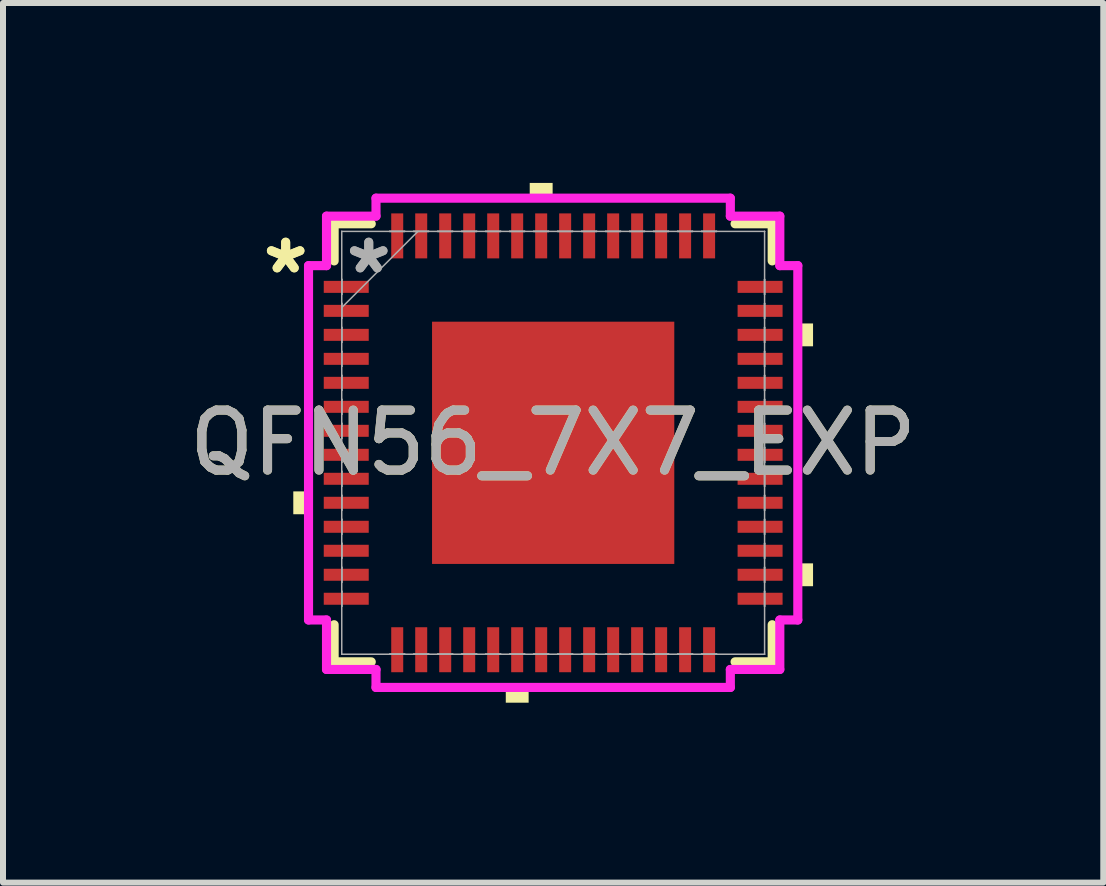
<source format=kicad_pcb>
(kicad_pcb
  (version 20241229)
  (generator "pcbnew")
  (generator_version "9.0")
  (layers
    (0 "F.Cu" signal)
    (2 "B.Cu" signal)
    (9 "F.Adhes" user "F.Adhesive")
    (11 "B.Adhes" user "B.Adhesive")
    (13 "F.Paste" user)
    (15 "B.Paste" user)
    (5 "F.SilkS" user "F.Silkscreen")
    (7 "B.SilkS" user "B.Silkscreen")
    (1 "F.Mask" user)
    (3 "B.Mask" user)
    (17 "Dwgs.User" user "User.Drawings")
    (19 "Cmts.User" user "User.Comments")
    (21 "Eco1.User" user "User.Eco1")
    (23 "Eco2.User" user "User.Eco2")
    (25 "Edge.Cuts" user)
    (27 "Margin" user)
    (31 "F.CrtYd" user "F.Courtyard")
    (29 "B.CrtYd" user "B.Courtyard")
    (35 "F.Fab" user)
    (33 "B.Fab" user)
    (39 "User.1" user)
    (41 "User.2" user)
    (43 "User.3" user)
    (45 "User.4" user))
  (footprint "QFN56_7X7_EXP"
    (layer "F.Cu")
    (at 6.173 4.333)
    (property "Reference" "QFN56_7X7_EXP" (at 0 0 0) (unlocked yes) (layer "F.SilkS") (effects (font (size 1 1) (thickness 0.15))))
    (attr smd)
    (fp_line (start -3.652 -3.652) (end -3.652 -3.033) (stroke (width 0.152) (type solid)) (layer "F.SilkS"))
    (fp_line (start -3.652 3.033) (end -3.652 3.652) (stroke (width 0.152) (type solid)) (layer "F.SilkS"))
    (fp_line (start -3.652 3.652) (end -3.033 3.652) (stroke (width 0.152) (type solid)) (layer "F.SilkS"))
    (fp_line (start -3.033 -3.652) (end -3.652 -3.652) (stroke (width 0.152) (type solid)) (layer "F.SilkS"))
    (fp_line (start 3.033 3.652) (end 3.652 3.652) (stroke (width 0.152) (type solid)) (layer "F.SilkS"))
    (fp_line (start 3.652 -3.652) (end 3.033 -3.652) (stroke (width 0.152) (type solid)) (layer "F.SilkS"))
    (fp_line (start 3.652 -3.033) (end 3.652 -3.652) (stroke (width 0.152) (type solid)) (layer "F.SilkS"))
    (fp_line (start 3.652 3.652) (end 3.652 3.033) (stroke (width 0.152) (type solid)) (layer "F.SilkS"))
    (fp_poly (pts (xy -4.333 0.81) (xy -4.333 1.191) (xy -4.079 1.191) (xy -4.079 0.81)) (stroke (width 0) (type solid)) (fill yes) (layer "F.SilkS"))
    (fp_poly (pts (xy -0.79 4.079) (xy -0.79 4.333) (xy -0.409 4.333) (xy -0.409 4.079)) (stroke (width 0) (type solid)) (fill yes) (layer "F.SilkS"))
    (fp_poly (pts (xy -0.391 -4.079) (xy -0.391 -4.333) (xy -0.009 -4.333) (xy -0.009 -4.079)) (stroke (width 0) (type solid)) (fill yes) (layer "F.SilkS"))
    (fp_poly (pts (xy 4.333 -1.99) (xy 4.333 -1.609) (xy 4.079 -1.609) (xy 4.079 -1.99)) (stroke (width 0) (type solid)) (fill yes) (layer "F.SilkS"))
    (fp_poly (pts (xy 4.333 2.01) (xy 4.333 2.391) (xy 4.079 2.391) (xy 4.079 2.01)) (stroke (width 0) (type solid)) (fill yes) (layer "F.SilkS"))
    (fp_poly (pts (xy -1.919 -1.919) (xy -1.919 -0.773) (xy -0.773 -0.773) (xy -0.773 -1.919)) (stroke (width 0) (type solid)) (fill yes) (layer "F.Paste"))
    (fp_poly (pts (xy -1.919 -0.573) (xy -1.919 0.573) (xy -0.773 0.573) (xy -0.773 -0.573)) (stroke (width 0) (type solid)) (fill yes) (layer "F.Paste"))
    (fp_poly (pts (xy -1.919 0.773) (xy -1.919 1.919) (xy -0.773 1.919) (xy -0.773 0.773)) (stroke (width 0) (type solid)) (fill yes) (layer "F.Paste"))
    (fp_poly (pts (xy -0.573 -1.919) (xy -0.573 -0.773) (xy 0.573 -0.773) (xy 0.573 -1.919)) (stroke (width 0) (type solid)) (fill yes) (layer "F.Paste"))
    (fp_poly (pts (xy -0.573 -0.573) (xy -0.573 0.573) (xy 0.573 0.573) (xy 0.573 -0.573)) (stroke (width 0) (type solid)) (fill yes) (layer "F.Paste"))
    (fp_poly (pts (xy -0.573 0.773) (xy -0.573 1.919) (xy 0.573 1.919) (xy 0.573 0.773)) (stroke (width 0) (type solid)) (fill yes) (layer "F.Paste"))
    (fp_poly (pts (xy 0.773 -1.919) (xy 0.773 -0.773) (xy 1.919 -0.773) (xy 1.919 -1.919)) (stroke (width 0) (type solid)) (fill yes) (layer "F.Paste"))
    (fp_poly (pts (xy 0.773 -0.573) (xy 0.773 0.573) (xy 1.919 0.573) (xy 1.919 -0.573)) (stroke (width 0) (type solid)) (fill yes) (layer "F.Paste"))
    (fp_poly (pts (xy 0.773 0.773) (xy 0.773 1.919) (xy 1.919 1.919) (xy 1.919 0.773)) (stroke (width 0) (type solid)) (fill yes) (layer "F.Paste"))
    (fp_line (start -4.079 -2.954) (end -3.779 -2.954) (stroke (width 0.152) (type solid)) (layer "F.CrtYd"))
    (fp_line (start -4.079 2.954) (end -4.079 -2.954) (stroke (width 0.152) (type solid)) (layer "F.CrtYd"))
    (fp_line (start -3.779 -3.779) (end -2.954 -3.779) (stroke (width 0.152) (type solid)) (layer "F.CrtYd"))
    (fp_line (start -3.779 -2.954) (end -3.779 -3.779) (stroke (width 0.152) (type solid)) (layer "F.CrtYd"))
    (fp_line (start -3.779 2.954) (end -4.079 2.954) (stroke (width 0.152) (type solid)) (layer "F.CrtYd"))
    (fp_line (start -3.779 3.779) (end -3.779 2.954) (stroke (width 0.152) (type solid)) (layer "F.CrtYd"))
    (fp_line (start -2.954 -4.079) (end 2.954 -4.079) (stroke (width 0.152) (type solid)) (layer "F.CrtYd"))
    (fp_line (start -2.954 -3.779) (end -2.954 -4.079) (stroke (width 0.152) (type solid)) (layer "F.CrtYd"))
    (fp_line (start -2.954 3.779) (end -3.779 3.779) (stroke (width 0.152) (type solid)) (layer "F.CrtYd"))
    (fp_line (start -2.954 4.079) (end -2.954 3.779) (stroke (width 0.152) (type solid)) (layer "F.CrtYd"))
    (fp_line (start 2.954 -4.079) (end 2.954 -3.779) (stroke (width 0.152) (type solid)) (layer "F.CrtYd"))
    (fp_line (start 2.954 -3.779) (end 3.779 -3.779) (stroke (width 0.152) (type solid)) (layer "F.CrtYd"))
    (fp_line (start 2.954 3.779) (end 2.954 4.079) (stroke (width 0.152) (type solid)) (layer "F.CrtYd"))
    (fp_line (start 2.954 4.079) (end -2.954 4.079) (stroke (width 0.152) (type solid)) (layer "F.CrtYd"))
    (fp_line (start 3.779 -3.779) (end 3.779 -2.954) (stroke (width 0.152) (type solid)) (layer "F.CrtYd"))
    (fp_line (start 3.779 -2.954) (end 4.079 -2.954) (stroke (width 0.152) (type solid)) (layer "F.CrtYd"))
    (fp_line (start 3.779 2.954) (end 3.779 3.779) (stroke (width 0.152) (type solid)) (layer "F.CrtYd"))
    (fp_line (start 3.779 3.779) (end 2.954 3.779) (stroke (width 0.152) (type solid)) (layer "F.CrtYd"))
    (fp_line (start 4.079 -2.954) (end 4.079 2.954) (stroke (width 0.152) (type solid)) (layer "F.CrtYd"))
    (fp_line (start 4.079 2.954) (end 3.779 2.954) (stroke (width 0.152) (type solid)) (layer "F.CrtYd"))
    (fp_line (start -3.525 -3.525) (end -3.525 -3.525) (stroke (width 0.025) (type solid)) (layer "F.Fab"))
    (fp_line (start -3.525 -3.525) (end -3.525 3.525) (stroke (width 0.025) (type solid)) (layer "F.Fab"))
    (fp_line (start -3.525 -2.725) (end -3.525 -2.725) (stroke (width 0.025) (type solid)) (layer "F.Fab"))
    (fp_line (start -3.525 -2.725) (end -3.525 -2.475) (stroke (width 0.025) (type solid)) (layer "F.Fab"))
    (fp_line (start -3.525 -2.475) (end -3.525 -2.725) (stroke (width 0.025) (type solid)) (layer "F.Fab"))
    (fp_line (start -3.525 -2.475) (end -3.525 -2.475) (stroke (width 0.025) (type solid)) (layer "F.Fab"))
    (fp_line (start -3.525 -2.325) (end -3.525 -2.325) (stroke (width 0.025) (type solid)) (layer "F.Fab"))
    (fp_line (start -3.525 -2.325) (end -3.525 -2.075) (stroke (width 0.025) (type solid)) (layer "F.Fab"))
    (fp_line (start -3.525 -2.255) (end -2.255 -3.525) (stroke (width 0.025) (type solid)) (layer "F.Fab"))
    (fp_line (start -3.525 -2.075) (end -3.525 -2.325) (stroke (width 0.025) (type solid)) (layer "F.Fab"))
    (fp_line (start -3.525 -2.075) (end -3.525 -2.075) (stroke (width 0.025) (type solid)) (layer "F.Fab"))
    (fp_line (start -3.525 -1.925) (end -3.525 -1.925) (stroke (width 0.025) (type solid)) (layer "F.Fab"))
    (fp_line (start -3.525 -1.925) (end -3.525 -1.675) (stroke (width 0.025) (type solid)) (layer "F.Fab"))
    (fp_line (start -3.525 -1.675) (end -3.525 -1.925) (stroke (width 0.025) (type solid)) (layer "F.Fab"))
    (fp_line (start -3.525 -1.675) (end -3.525 -1.675) (stroke (width 0.025) (type solid)) (layer "F.Fab"))
    (fp_line (start -3.525 -1.525) (end -3.525 -1.525) (stroke (width 0.025) (type solid)) (layer "F.Fab"))
    (fp_line (start -3.525 -1.525) (end -3.525 -1.275) (stroke (width 0.025) (type solid)) (layer "F.Fab"))
    (fp_line (start -3.525 -1.275) (end -3.525 -1.525) (stroke (width 0.025) (type solid)) (layer "F.Fab"))
    (fp_line (start -3.525 -1.275) (end -3.525 -1.275) (stroke (width 0.025) (type solid)) (layer "F.Fab"))
    (fp_line (start -3.525 -1.125) (end -3.525 -1.125) (stroke (width 0.025) (type solid)) (layer "F.Fab"))
    (fp_line (start -3.525 -1.125) (end -3.525 -0.875) (stroke (width 0.025) (type solid)) (layer "F.Fab"))
    (fp_line (start -3.525 -0.875) (end -3.525 -1.125) (stroke (width 0.025) (type solid)) (layer "F.Fab"))
    (fp_line (start -3.525 -0.875) (end -3.525 -0.875) (stroke (width 0.025) (type solid)) (layer "F.Fab"))
    (fp_line (start -3.525 -0.725) (end -3.525 -0.725) (stroke (width 0.025) (type solid)) (layer "F.Fab"))
    (fp_line (start -3.525 -0.725) (end -3.525 -0.475) (stroke (width 0.025) (type solid)) (layer "F.Fab"))
    (fp_line (start -3.525 -0.475) (end -3.525 -0.725) (stroke (width 0.025) (type solid)) (layer "F.Fab"))
    (fp_line (start -3.525 -0.475) (end -3.525 -0.475) (stroke (width 0.025) (type solid)) (layer "F.Fab"))
    (fp_line (start -3.525 -0.325) (end -3.525 -0.325) (stroke (width 0.025) (type solid)) (layer "F.Fab"))
    (fp_line (start -3.525 -0.325) (end -3.525 -0.075) (stroke (width 0.025) (type solid)) (layer "F.Fab"))
    (fp_line (start -3.525 -0.075) (end -3.525 -0.325) (stroke (width 0.025) (type solid)) (layer "F.Fab"))
    (fp_line (start -3.525 -0.075) (end -3.525 -0.075) (stroke (width 0.025) (type solid)) (layer "F.Fab"))
    (fp_line (start -3.525 0.075) (end -3.525 0.075) (stroke (width 0.025) (type solid)) (layer "F.Fab"))
    (fp_line (start -3.525 0.075) (end -3.525 0.325) (stroke (width 0.025) (type solid)) (layer "F.Fab"))
    (fp_line (start -3.525 0.325) (end -3.525 0.075) (stroke (width 0.025) (type solid)) (layer "F.Fab"))
    (fp_line (start -3.525 0.325) (end -3.525 0.325) (stroke (width 0.025) (type solid)) (layer "F.Fab"))
    (fp_line (start -3.525 0.475) (end -3.525 0.475) (stroke (width 0.025) (type solid)) (layer "F.Fab"))
    (fp_line (start -3.525 0.475) (end -3.525 0.725) (stroke (width 0.025) (type solid)) (layer "F.Fab"))
    (fp_line (start -3.525 0.725) (end -3.525 0.475) (stroke (width 0.025) (type solid)) (layer "F.Fab"))
    (fp_line (start -3.525 0.725) (end -3.525 0.725) (stroke (width 0.025) (type solid)) (layer "F.Fab"))
    (fp_line (start -3.525 0.875) (end -3.525 0.875) (stroke (width 0.025) (type solid)) (layer "F.Fab"))
    (fp_line (start -3.525 0.875) (end -3.525 1.125) (stroke (width 0.025) (type solid)) (layer "F.Fab"))
    (fp_line (start -3.525 1.125) (end -3.525 0.875) (stroke (width 0.025) (type solid)) (layer "F.Fab"))
    (fp_line (start -3.525 1.125) (end -3.525 1.125) (stroke (width 0.025) (type solid)) (layer "F.Fab"))
    (fp_line (start -3.525 1.275) (end -3.525 1.275) (stroke (width 0.025) (type solid)) (layer "F.Fab"))
    (fp_line (start -3.525 1.275) (end -3.525 1.525) (stroke (width 0.025) (type solid)) (layer "F.Fab"))
    (fp_line (start -3.525 1.525) (end -3.525 1.275) (stroke (width 0.025) (type solid)) (layer "F.Fab"))
    (fp_line (start -3.525 1.525) (end -3.525 1.525) (stroke (width 0.025) (type solid)) (layer "F.Fab"))
    (fp_line (start -3.525 1.675) (end -3.525 1.675) (stroke (width 0.025) (type solid)) (layer "F.Fab"))
    (fp_line (start -3.525 1.675) (end -3.525 1.925) (stroke (width 0.025) (type solid)) (layer "F.Fab"))
    (fp_line (start -3.525 1.925) (end -3.525 1.675) (stroke (width 0.025) (type solid)) (layer "F.Fab"))
    (fp_line (start -3.525 1.925) (end -3.525 1.925) (stroke (width 0.025) (type solid)) (layer "F.Fab"))
    (fp_line (start -3.525 2.075) (end -3.525 2.075) (stroke (width 0.025) (type solid)) (layer "F.Fab"))
    (fp_line (start -3.525 2.075) (end -3.525 2.325) (stroke (width 0.025) (type solid)) (layer "F.Fab"))
    (fp_line (start -3.525 2.325) (end -3.525 2.075) (stroke (width 0.025) (type solid)) (layer "F.Fab"))
    (fp_line (start -3.525 2.325) (end -3.525 2.325) (stroke (width 0.025) (type solid)) (layer "F.Fab"))
    (fp_line (start -3.525 2.475) (end -3.525 2.475) (stroke (width 0.025) (type solid)) (layer "F.Fab"))
    (fp_line (start -3.525 2.475) (end -3.525 2.725) (stroke (width 0.025) (type solid)) (layer "F.Fab"))
    (fp_line (start -3.525 2.725) (end -3.525 2.475) (stroke (width 0.025) (type solid)) (layer "F.Fab"))
    (fp_line (start -3.525 2.725) (end -3.525 2.725) (stroke (width 0.025) (type solid)) (layer "F.Fab"))
    (fp_line (start -3.525 3.525) (end -3.525 3.525) (stroke (width 0.025) (type solid)) (layer "F.Fab"))
    (fp_line (start -3.525 3.525) (end 3.525 3.525) (stroke (width 0.025) (type solid)) (layer "F.Fab"))
    (fp_line (start -2.725 -3.525) (end -2.725 -3.525) (stroke (width 0.025) (type solid)) (layer "F.Fab"))
    (fp_line (start -2.725 -3.525) (end -2.475 -3.525) (stroke (width 0.025) (type solid)) (layer "F.Fab"))
    (fp_line (start -2.725 3.525) (end -2.725 3.525) (stroke (width 0.025) (type solid)) (layer "F.Fab"))
    (fp_line (start -2.725 3.525) (end -2.475 3.525) (stroke (width 0.025) (type solid)) (layer "F.Fab"))
    (fp_line (start -2.475 -3.525) (end -2.725 -3.525) (stroke (width 0.025) (type solid)) (layer "F.Fab"))
    (fp_line (start -2.475 -3.525) (end -2.475 -3.525) (stroke (width 0.025) (type solid)) (layer "F.Fab"))
    (fp_line (start -2.475 3.525) (end -2.725 3.525) (stroke (width 0.025) (type solid)) (layer "F.Fab"))
    (fp_line (start -2.475 3.525) (end -2.475 3.525) (stroke (width 0.025) (type solid)) (layer "F.Fab"))
    (fp_line (start -2.325 -3.525) (end -2.325 -3.525) (stroke (width 0.025) (type solid)) (layer "F.Fab"))
    (fp_line (start -2.325 -3.525) (end -2.075 -3.525) (stroke (width 0.025) (type solid)) (layer "F.Fab"))
    (fp_line (start -2.325 3.525) (end -2.325 3.525) (stroke (width 0.025) (type solid)) (layer "F.Fab"))
    (fp_line (start -2.325 3.525) (end -2.075 3.525) (stroke (width 0.025) (type solid)) (layer "F.Fab"))
    (fp_line (start -2.075 -3.525) (end -2.325 -3.525) (stroke (width 0.025) (type solid)) (layer "F.Fab"))
    (fp_line (start -2.075 -3.525) (end -2.075 -3.525) (stroke (width 0.025) (type solid)) (layer "F.Fab"))
    (fp_line (start -2.075 3.525) (end -2.325 3.525) (stroke (width 0.025) (type solid)) (layer "F.Fab"))
    (fp_line (start -2.075 3.525) (end -2.075 3.525) (stroke (width 0.025) (type solid)) (layer "F.Fab"))
    (fp_line (start -1.925 -3.525) (end -1.925 -3.525) (stroke (width 0.025) (type solid)) (layer "F.Fab"))
    (fp_line (start -1.925 -3.525) (end -1.675 -3.525) (stroke (width 0.025) (type solid)) (layer "F.Fab"))
    (fp_line (start -1.925 3.525) (end -1.925 3.525) (stroke (width 0.025) (type solid)) (layer "F.Fab"))
    (fp_line (start -1.925 3.525) (end -1.675 3.525) (stroke (width 0.025) (type solid)) (layer "F.Fab"))
    (fp_line (start -1.675 -3.525) (end -1.925 -3.525) (stroke (width 0.025) (type solid)) (layer "F.Fab"))
    (fp_line (start -1.675 -3.525) (end -1.675 -3.525) (stroke (width 0.025) (type solid)) (layer "F.Fab"))
    (fp_line (start -1.675 3.525) (end -1.925 3.525) (stroke (width 0.025) (type solid)) (layer "F.Fab"))
    (fp_line (start -1.675 3.525) (end -1.675 3.525) (stroke (width 0.025) (type solid)) (layer "F.Fab"))
    (fp_line (start -1.525 -3.525) (end -1.525 -3.525) (stroke (width 0.025) (type solid)) (layer "F.Fab"))
    (fp_line (start -1.525 -3.525) (end -1.275 -3.525) (stroke (width 0.025) (type solid)) (layer "F.Fab"))
    (fp_line (start -1.525 3.525) (end -1.525 3.525) (stroke (width 0.025) (type solid)) (layer "F.Fab"))
    (fp_line (start -1.525 3.525) (end -1.275 3.525) (stroke (width 0.025) (type solid)) (layer "F.Fab"))
    (fp_line (start -1.275 -3.525) (end -1.525 -3.525) (stroke (width 0.025) (type solid)) (layer "F.Fab"))
    (fp_line (start -1.275 -3.525) (end -1.275 -3.525) (stroke (width 0.025) (type solid)) (layer "F.Fab"))
    (fp_line (start -1.275 3.525) (end -1.525 3.525) (stroke (width 0.025) (type solid)) (layer "F.Fab"))
    (fp_line (start -1.275 3.525) (end -1.275 3.525) (stroke (width 0.025) (type solid)) (layer "F.Fab"))
    (fp_line (start -1.125 -3.525) (end -1.125 -3.525) (stroke (width 0.025) (type solid)) (layer "F.Fab"))
    (fp_line (start -1.125 -3.525) (end -0.875 -3.525) (stroke (width 0.025) (type solid)) (layer "F.Fab"))
    (fp_line (start -1.125 3.525) (end -1.125 3.525) (stroke (width 0.025) (type solid)) (layer "F.Fab"))
    (fp_line (start -1.125 3.525) (end -0.875 3.525) (stroke (width 0.025) (type solid)) (layer "F.Fab"))
    (fp_line (start -0.875 -3.525) (end -1.125 -3.525) (stroke (width 0.025) (type solid)) (layer "F.Fab"))
    (fp_line (start -0.875 -3.525) (end -0.875 -3.525) (stroke (width 0.025) (type solid)) (layer "F.Fab"))
    (fp_line (start -0.875 3.525) (end -1.125 3.525) (stroke (width 0.025) (type solid)) (layer "F.Fab"))
    (fp_line (start -0.875 3.525) (end -0.875 3.525) (stroke (width 0.025) (type solid)) (layer "F.Fab"))
    (fp_line (start -0.725 -3.525) (end -0.725 -3.525) (stroke (width 0.025) (type solid)) (layer "F.Fab"))
    (fp_line (start -0.725 -3.525) (end -0.475 -3.525) (stroke (width 0.025) (type solid)) (layer "F.Fab"))
    (fp_line (start -0.725 3.525) (end -0.725 3.525) (stroke (width 0.025) (type solid)) (layer "F.Fab"))
    (fp_line (start -0.725 3.525) (end -0.475 3.525) (stroke (width 0.025) (type solid)) (layer "F.Fab"))
    (fp_line (start -0.475 -3.525) (end -0.725 -3.525) (stroke (width 0.025) (type solid)) (layer "F.Fab"))
    (fp_line (start -0.475 -3.525) (end -0.475 -3.525) (stroke (width 0.025) (type solid)) (layer "F.Fab"))
    (fp_line (start -0.475 3.525) (end -0.725 3.525) (stroke (width 0.025) (type solid)) (layer "F.Fab"))
    (fp_line (start -0.475 3.525) (end -0.475 3.525) (stroke (width 0.025) (type solid)) (layer "F.Fab"))
    (fp_line (start -0.325 -3.525) (end -0.325 -3.525) (stroke (width 0.025) (type solid)) (layer "F.Fab"))
    (fp_line (start -0.325 -3.525) (end -0.075 -3.525) (stroke (width 0.025) (type solid)) (layer "F.Fab"))
    (fp_line (start -0.325 3.525) (end -0.325 3.525) (stroke (width 0.025) (type solid)) (layer "F.Fab"))
    (fp_line (start -0.325 3.525) (end -0.075 3.525) (stroke (width 0.025) (type solid)) (layer "F.Fab"))
    (fp_line (start -0.075 -3.525) (end -0.325 -3.525) (stroke (width 0.025) (type solid)) (layer "F.Fab"))
    (fp_line (start -0.075 -3.525) (end -0.075 -3.525) (stroke (width 0.025) (type solid)) (layer "F.Fab"))
    (fp_line (start -0.075 3.525) (end -0.325 3.525) (stroke (width 0.025) (type solid)) (layer "F.Fab"))
    (fp_line (start -0.075 3.525) (end -0.075 3.525) (stroke (width 0.025) (type solid)) (layer "F.Fab"))
    (fp_line (start 0.075 -3.525) (end 0.075 -3.525) (stroke (width 0.025) (type solid)) (layer "F.Fab"))
    (fp_line (start 0.075 -3.525) (end 0.325 -3.525) (stroke (width 0.025) (type solid)) (layer "F.Fab"))
    (fp_line (start 0.075 3.525) (end 0.075 3.525) (stroke (width 0.025) (type solid)) (layer "F.Fab"))
    (fp_line (start 0.075 3.525) (end 0.325 3.525) (stroke (width 0.025) (type solid)) (layer "F.Fab"))
    (fp_line (start 0.325 -3.525) (end 0.075 -3.525) (stroke (width 0.025) (type solid)) (layer "F.Fab"))
    (fp_line (start 0.325 -3.525) (end 0.325 -3.525) (stroke (width 0.025) (type solid)) (layer "F.Fab"))
    (fp_line (start 0.325 3.525) (end 0.075 3.525) (stroke (width 0.025) (type solid)) (layer "F.Fab"))
    (fp_line (start 0.325 3.525) (end 0.325 3.525) (stroke (width 0.025) (type solid)) (layer "F.Fab"))
    (fp_line (start 0.475 -3.525) (end 0.475 -3.525) (stroke (width 0.025) (type solid)) (layer "F.Fab"))
    (fp_line (start 0.475 -3.525) (end 0.725 -3.525) (stroke (width 0.025) (type solid)) (layer "F.Fab"))
    (fp_line (start 0.475 3.525) (end 0.475 3.525) (stroke (width 0.025) (type solid)) (layer "F.Fab"))
    (fp_line (start 0.475 3.525) (end 0.725 3.525) (stroke (width 0.025) (type solid)) (layer "F.Fab"))
    (fp_line (start 0.725 -3.525) (end 0.475 -3.525) (stroke (width 0.025) (type solid)) (layer "F.Fab"))
    (fp_line (start 0.725 -3.525) (end 0.725 -3.525) (stroke (width 0.025) (type solid)) (layer "F.Fab"))
    (fp_line (start 0.725 3.525) (end 0.475 3.525) (stroke (width 0.025) (type solid)) (layer "F.Fab"))
    (fp_line (start 0.725 3.525) (end 0.725 3.525) (stroke (width 0.025) (type solid)) (layer "F.Fab"))
    (fp_line (start 0.875 -3.525) (end 0.875 -3.525) (stroke (width 0.025) (type solid)) (layer "F.Fab"))
    (fp_line (start 0.875 -3.525) (end 1.125 -3.525) (stroke (width 0.025) (type solid)) (layer "F.Fab"))
    (fp_line (start 0.875 3.525) (end 0.875 3.525) (stroke (width 0.025) (type solid)) (layer "F.Fab"))
    (fp_line (start 0.875 3.525) (end 1.125 3.525) (stroke (width 0.025) (type solid)) (layer "F.Fab"))
    (fp_line (start 1.125 -3.525) (end 0.875 -3.525) (stroke (width 0.025) (type solid)) (layer "F.Fab"))
    (fp_line (start 1.125 -3.525) (end 1.125 -3.525) (stroke (width 0.025) (type solid)) (layer "F.Fab"))
    (fp_line (start 1.125 3.525) (end 0.875 3.525) (stroke (width 0.025) (type solid)) (layer "F.Fab"))
    (fp_line (start 1.125 3.525) (end 1.125 3.525) (stroke (width 0.025) (type solid)) (layer "F.Fab"))
    (fp_line (start 1.275 -3.525) (end 1.275 -3.525) (stroke (width 0.025) (type solid)) (layer "F.Fab"))
    (fp_line (start 1.275 -3.525) (end 1.525 -3.525) (stroke (width 0.025) (type solid)) (layer "F.Fab"))
    (fp_line (start 1.275 3.525) (end 1.275 3.525) (stroke (width 0.025) (type solid)) (layer "F.Fab"))
    (fp_line (start 1.275 3.525) (end 1.525 3.525) (stroke (width 0.025) (type solid)) (layer "F.Fab"))
    (fp_line (start 1.525 -3.525) (end 1.275 -3.525) (stroke (width 0.025) (type solid)) (layer "F.Fab"))
    (fp_line (start 1.525 -3.525) (end 1.525 -3.525) (stroke (width 0.025) (type solid)) (layer "F.Fab"))
    (fp_line (start 1.525 3.525) (end 1.275 3.525) (stroke (width 0.025) (type solid)) (layer "F.Fab"))
    (fp_line (start 1.525 3.525) (end 1.525 3.525) (stroke (width 0.025) (type solid)) (layer "F.Fab"))
    (fp_line (start 1.675 -3.525) (end 1.675 -3.525) (stroke (width 0.025) (type solid)) (layer "F.Fab"))
    (fp_line (start 1.675 -3.525) (end 1.925 -3.525) (stroke (width 0.025) (type solid)) (layer "F.Fab"))
    (fp_line (start 1.675 3.525) (end 1.675 3.525) (stroke (width 0.025) (type solid)) (layer "F.Fab"))
    (fp_line (start 1.675 3.525) (end 1.925 3.525) (stroke (width 0.025) (type solid)) (layer "F.Fab"))
    (fp_line (start 1.925 -3.525) (end 1.675 -3.525) (stroke (width 0.025) (type solid)) (layer "F.Fab"))
    (fp_line (start 1.925 -3.525) (end 1.925 -3.525) (stroke (width 0.025) (type solid)) (layer "F.Fab"))
    (fp_line (start 1.925 3.525) (end 1.675 3.525) (stroke (width 0.025) (type solid)) (layer "F.Fab"))
    (fp_line (start 1.925 3.525) (end 1.925 3.525) (stroke (width 0.025) (type solid)) (layer "F.Fab"))
    (fp_line (start 2.075 -3.525) (end 2.075 -3.525) (stroke (width 0.025) (type solid)) (layer "F.Fab"))
    (fp_line (start 2.075 -3.525) (end 2.325 -3.525) (stroke (width 0.025) (type solid)) (layer "F.Fab"))
    (fp_line (start 2.075 3.525) (end 2.075 3.525) (stroke (width 0.025) (type solid)) (layer "F.Fab"))
    (fp_line (start 2.075 3.525) (end 2.325 3.525) (stroke (width 0.025) (type solid)) (layer "F.Fab"))
    (fp_line (start 2.325 -3.525) (end 2.075 -3.525) (stroke (width 0.025) (type solid)) (layer "F.Fab"))
    (fp_line (start 2.325 -3.525) (end 2.325 -3.525) (stroke (width 0.025) (type solid)) (layer "F.Fab"))
    (fp_line (start 2.325 3.525) (end 2.075 3.525) (stroke (width 0.025) (type solid)) (layer "F.Fab"))
    (fp_line (start 2.325 3.525) (end 2.325 3.525) (stroke (width 0.025) (type solid)) (layer "F.Fab"))
    (fp_line (start 2.475 -3.525) (end 2.475 -3.525) (stroke (width 0.025) (type solid)) (layer "F.Fab"))
    (fp_line (start 2.475 -3.525) (end 2.725 -3.525) (stroke (width 0.025) (type solid)) (layer "F.Fab"))
    (fp_line (start 2.475 3.525) (end 2.475 3.525) (stroke (width 0.025) (type solid)) (layer "F.Fab"))
    (fp_line (start 2.475 3.525) (end 2.725 3.525) (stroke (width 0.025) (type solid)) (layer "F.Fab"))
    (fp_line (start 2.725 -3.525) (end 2.475 -3.525) (stroke (width 0.025) (type solid)) (layer "F.Fab"))
    (fp_line (start 2.725 -3.525) (end 2.725 -3.525) (stroke (width 0.025) (type solid)) (layer "F.Fab"))
    (fp_line (start 2.725 3.525) (end 2.475 3.525) (stroke (width 0.025) (type solid)) (layer "F.Fab"))
    (fp_line (start 2.725 3.525) (end 2.725 3.525) (stroke (width 0.025) (type solid)) (layer "F.Fab"))
    (fp_line (start 3.525 -3.525) (end -3.525 -3.525) (stroke (width 0.025) (type solid)) (layer "F.Fab"))
    (fp_line (start 3.525 -3.525) (end 3.525 -3.525) (stroke (width 0.025) (type solid)) (layer "F.Fab"))
    (fp_line (start 3.525 -2.725) (end 3.525 -2.725) (stroke (width 0.025) (type solid)) (layer "F.Fab"))
    (fp_line (start 3.525 -2.725) (end 3.525 -2.475) (stroke (width 0.025) (type solid)) (layer "F.Fab"))
    (fp_line (start 3.525 -2.475) (end 3.525 -2.725) (stroke (width 0.025) (type solid)) (layer "F.Fab"))
    (fp_line (start 3.525 -2.475) (end 3.525 -2.475) (stroke (width 0.025) (type solid)) (layer "F.Fab"))
    (fp_line (start 3.525 -2.325) (end 3.525 -2.325) (stroke (width 0.025) (type solid)) (layer "F.Fab"))
    (fp_line (start 3.525 -2.325) (end 3.525 -2.075) (stroke (width 0.025) (type solid)) (layer "F.Fab"))
    (fp_line (start 3.525 -2.075) (end 3.525 -2.325) (stroke (width 0.025) (type solid)) (layer "F.Fab"))
    (fp_line (start 3.525 -2.075) (end 3.525 -2.075) (stroke (width 0.025) (type solid)) (layer "F.Fab"))
    (fp_line (start 3.525 -1.925) (end 3.525 -1.925) (stroke (width 0.025) (type solid)) (layer "F.Fab"))
    (fp_line (start 3.525 -1.925) (end 3.525 -1.675) (stroke (width 0.025) (type solid)) (layer "F.Fab"))
    (fp_line (start 3.525 -1.675) (end 3.525 -1.925) (stroke (width 0.025) (type solid)) (layer "F.Fab"))
    (fp_line (start 3.525 -1.675) (end 3.525 -1.675) (stroke (width 0.025) (type solid)) (layer "F.Fab"))
    (fp_line (start 3.525 -1.525) (end 3.525 -1.525) (stroke (width 0.025) (type solid)) (layer "F.Fab"))
    (fp_line (start 3.525 -1.525) (end 3.525 -1.275) (stroke (width 0.025) (type solid)) (layer "F.Fab"))
    (fp_line (start 3.525 -1.275) (end 3.525 -1.525) (stroke (width 0.025) (type solid)) (layer "F.Fab"))
    (fp_line (start 3.525 -1.275) (end 3.525 -1.275) (stroke (width 0.025) (type solid)) (layer "F.Fab"))
    (fp_line (start 3.525 -1.125) (end 3.525 -1.125) (stroke (width 0.025) (type solid)) (layer "F.Fab"))
    (fp_line (start 3.525 -1.125) (end 3.525 -0.875) (stroke (width 0.025) (type solid)) (layer "F.Fab"))
    (fp_line (start 3.525 -0.875) (end 3.525 -1.125) (stroke (width 0.025) (type solid)) (layer "F.Fab"))
    (fp_line (start 3.525 -0.875) (end 3.525 -0.875) (stroke (width 0.025) (type solid)) (layer "F.Fab"))
    (fp_line (start 3.525 -0.725) (end 3.525 -0.725) (stroke (width 0.025) (type solid)) (layer "F.Fab"))
    (fp_line (start 3.525 -0.725) (end 3.525 -0.475) (stroke (width 0.025) (type solid)) (layer "F.Fab"))
    (fp_line (start 3.525 -0.475) (end 3.525 -0.725) (stroke (width 0.025) (type solid)) (layer "F.Fab"))
    (fp_line (start 3.525 -0.475) (end 3.525 -0.475) (stroke (width 0.025) (type solid)) (layer "F.Fab"))
    (fp_line (start 3.525 -0.325) (end 3.525 -0.325) (stroke (width 0.025) (type solid)) (layer "F.Fab"))
    (fp_line (start 3.525 -0.325) (end 3.525 -0.075) (stroke (width 0.025) (type solid)) (layer "F.Fab"))
    (fp_line (start 3.525 -0.075) (end 3.525 -0.325) (stroke (width 0.025) (type solid)) (layer "F.Fab"))
    (fp_line (start 3.525 -0.075) (end 3.525 -0.075) (stroke (width 0.025) (type solid)) (layer "F.Fab"))
    (fp_line (start 3.525 0.075) (end 3.525 0.075) (stroke (width 0.025) (type solid)) (layer "F.Fab"))
    (fp_line (start 3.525 0.075) (end 3.525 0.325) (stroke (width 0.025) (type solid)) (layer "F.Fab"))
    (fp_line (start 3.525 0.325) (end 3.525 0.075) (stroke (width 0.025) (type solid)) (layer "F.Fab"))
    (fp_line (start 3.525 0.325) (end 3.525 0.325) (stroke (width 0.025) (type solid)) (layer "F.Fab"))
    (fp_line (start 3.525 0.475) (end 3.525 0.475) (stroke (width 0.025) (type solid)) (layer "F.Fab"))
    (fp_line (start 3.525 0.475) (end 3.525 0.725) (stroke (width 0.025) (type solid)) (layer "F.Fab"))
    (fp_line (start 3.525 0.725) (end 3.525 0.475) (stroke (width 0.025) (type solid)) (layer "F.Fab"))
    (fp_line (start 3.525 0.725) (end 3.525 0.725) (stroke (width 0.025) (type solid)) (layer "F.Fab"))
    (fp_line (start 3.525 0.875) (end 3.525 0.875) (stroke (width 0.025) (type solid)) (layer "F.Fab"))
    (fp_line (start 3.525 0.875) (end 3.525 1.125) (stroke (width 0.025) (type solid)) (layer "F.Fab"))
    (fp_line (start 3.525 1.125) (end 3.525 0.875) (stroke (width 0.025) (type solid)) (layer "F.Fab"))
    (fp_line (start 3.525 1.125) (end 3.525 1.125) (stroke (width 0.025) (type solid)) (layer "F.Fab"))
    (fp_line (start 3.525 1.275) (end 3.525 1.275) (stroke (width 0.025) (type solid)) (layer "F.Fab"))
    (fp_line (start 3.525 1.275) (end 3.525 1.525) (stroke (width 0.025) (type solid)) (layer "F.Fab"))
    (fp_line (start 3.525 1.525) (end 3.525 1.275) (stroke (width 0.025) (type solid)) (layer "F.Fab"))
    (fp_line (start 3.525 1.525) (end 3.525 1.525) (stroke (width 0.025) (type solid)) (layer "F.Fab"))
    (fp_line (start 3.525 1.675) (end 3.525 1.675) (stroke (width 0.025) (type solid)) (layer "F.Fab"))
    (fp_line (start 3.525 1.675) (end 3.525 1.925) (stroke (width 0.025) (type solid)) (layer "F.Fab"))
    (fp_line (start 3.525 1.925) (end 3.525 1.675) (stroke (width 0.025) (type solid)) (layer "F.Fab"))
    (fp_line (start 3.525 1.925) (end 3.525 1.925) (stroke (width 0.025) (type solid)) (layer "F.Fab"))
    (fp_line (start 3.525 2.075) (end 3.525 2.075) (stroke (width 0.025) (type solid)) (layer "F.Fab"))
    (fp_line (start 3.525 2.075) (end 3.525 2.325) (stroke (width 0.025) (type solid)) (layer "F.Fab"))
    (fp_line (start 3.525 2.325) (end 3.525 2.075) (stroke (width 0.025) (type solid)) (layer "F.Fab"))
    (fp_line (start 3.525 2.325) (end 3.525 2.325) (stroke (width 0.025) (type solid)) (layer "F.Fab"))
    (fp_line (start 3.525 2.475) (end 3.525 2.475) (stroke (width 0.025) (type solid)) (layer "F.Fab"))
    (fp_line (start 3.525 2.475) (end 3.525 2.725) (stroke (width 0.025) (type solid)) (layer "F.Fab"))
    (fp_line (start 3.525 2.725) (end 3.525 2.475) (stroke (width 0.025) (type solid)) (layer "F.Fab"))
    (fp_line (start 3.525 2.725) (end 3.525 2.725) (stroke (width 0.025) (type solid)) (layer "F.Fab"))
    (fp_line (start 3.525 3.525) (end 3.525 -3.525) (stroke (width 0.025) (type solid)) (layer "F.Fab"))
    (fp_line (start 3.525 3.525) (end 3.525 3.525) (stroke (width 0.025) (type solid)) (layer "F.Fab"))
    (fp_text user "*" (at -4.46 -2.8 0) (layer "F.SilkS") (effects (font (size 1 1) (thickness 0.15))))
    (fp_text user "*" (at -4.46 -2.8 0) (unlocked yes) (layer "F.SilkS") (effects (font (size 1 1) (thickness 0.15))))
    (fp_text user "*" (at -3.075 -2.8 0) (unlocked yes) (layer "F.Fab") (effects (font (size 1 1) (thickness 0.15))))
    (fp_text user "${REFERENCE}" (at 0 0 0) (unlocked yes) (layer "F.Fab") (effects (font (size 1 1) (thickness 0.15))))
    (fp_text user "*" (at -3.075 -2.8 0) (layer "F.Fab") (effects (font (size 1 1) (thickness 0.15))))
    (pad "1" smd rect (at -3.45 -2.6 90) (size 0.2 0.75) (layers "F.Cu" "F.Mask" "F.Paste"))
    (pad "2" smd rect (at -3.45 -2.2 90) (size 0.2 0.75) (layers "F.Cu" "F.Mask" "F.Paste"))
    (pad "3" smd rect (at -3.45 -1.8 90) (size 0.2 0.75) (layers "F.Cu" "F.Mask" "F.Paste"))
    (pad "4" smd rect (at -3.45 -1.4 90) (size 0.2 0.75) (layers "F.Cu" "F.Mask" "F.Paste"))
    (pad "5" smd rect (at -3.45 -1 90) (size 0.2 0.75) (layers "F.Cu" "F.Mask" "F.Paste"))
    (pad "6" smd rect (at -3.45 -0.6 90) (size 0.2 0.75) (layers "F.Cu" "F.Mask" "F.Paste"))
    (pad "7" smd rect (at -3.45 -0.2 90) (size 0.2 0.75) (layers "F.Cu" "F.Mask" "F.Paste"))
    (pad "8" smd rect (at -3.45 0.2 90) (size 0.2 0.75) (layers "F.Cu" "F.Mask" "F.Paste"))
    (pad "9" smd rect (at -3.45 0.6 90) (size 0.2 0.75) (layers "F.Cu" "F.Mask" "F.Paste"))
    (pad "10" smd rect (at -3.45 1 90) (size 0.2 0.75) (layers "F.Cu" "F.Mask" "F.Paste"))
    (pad "11" smd rect (at -3.45 1.4 90) (size 0.2 0.75) (layers "F.Cu" "F.Mask" "F.Paste"))
    (pad "12" smd rect (at -3.45 1.8 90) (size 0.2 0.75) (layers "F.Cu" "F.Mask" "F.Paste"))
    (pad "13" smd rect (at -3.45 2.2 90) (size 0.2 0.75) (layers "F.Cu" "F.Mask" "F.Paste"))
    (pad "14" smd rect (at -3.45 2.6 90) (size 0.2 0.75) (layers "F.Cu" "F.Mask" "F.Paste"))
    (pad "15" smd rect (at -2.6 3.45) (size 0.2 0.75) (layers "F.Cu" "F.Mask" "F.Paste"))
    (pad "16" smd rect (at -2.2 3.45) (size 0.2 0.75) (layers "F.Cu" "F.Mask" "F.Paste"))
    (pad "17" smd rect (at -1.8 3.45) (size 0.2 0.75) (layers "F.Cu" "F.Mask" "F.Paste"))
    (pad "18" smd rect (at -1.4 3.45) (size 0.2 0.75) (layers "F.Cu" "F.Mask" "F.Paste"))
    (pad "19" smd rect (at -1 3.45) (size 0.2 0.75) (layers "F.Cu" "F.Mask" "F.Paste"))
    (pad "20" smd rect (at -0.6 3.45) (size 0.2 0.75) (layers "F.Cu" "F.Mask" "F.Paste"))
    (pad "21" smd rect (at -0.2 3.45) (size 0.2 0.75) (layers "F.Cu" "F.Mask" "F.Paste"))
    (pad "22" smd rect (at 0.2 3.45) (size 0.2 0.75) (layers "F.Cu" "F.Mask" "F.Paste"))
    (pad "23" smd rect (at 0.6 3.45) (size 0.2 0.75) (layers "F.Cu" "F.Mask" "F.Paste"))
    (pad "24" smd rect (at 1 3.45) (size 0.2 0.75) (layers "F.Cu" "F.Mask" "F.Paste"))
    (pad "25" smd rect (at 1.4 3.45) (size 0.2 0.75) (layers "F.Cu" "F.Mask" "F.Paste"))
    (pad "26" smd rect (at 1.8 3.45) (size 0.2 0.75) (layers "F.Cu" "F.Mask" "F.Paste"))
    (pad "27" smd rect (at 2.2 3.45) (size 0.2 0.75) (layers "F.Cu" "F.Mask" "F.Paste"))
    (pad "28" smd rect (at 2.6 3.45) (size 0.2 0.75) (layers "F.Cu" "F.Mask" "F.Paste"))
    (pad "29" smd rect (at 3.45 2.6 90) (size 0.2 0.75) (layers "F.Cu" "F.Mask" "F.Paste"))
    (pad "30" smd rect (at 3.45 2.2 90) (size 0.2 0.75) (layers "F.Cu" "F.Mask" "F.Paste"))
    (pad "31" smd rect (at 3.45 1.8 90) (size 0.2 0.75) (layers "F.Cu" "F.Mask" "F.Paste"))
    (pad "32" smd rect (at 3.45 1.4 90) (size 0.2 0.75) (layers "F.Cu" "F.Mask" "F.Paste"))
    (pad "33" smd rect (at 3.45 1 90) (size 0.2 0.75) (layers "F.Cu" "F.Mask" "F.Paste"))
    (pad "34" smd rect (at 3.45 0.6 90) (size 0.2 0.75) (layers "F.Cu" "F.Mask" "F.Paste"))
    (pad "35" smd rect (at 3.45 0.2 90) (size 0.2 0.75) (layers "F.Cu" "F.Mask" "F.Paste"))
    (pad "36" smd rect (at 3.45 -0.2 90) (size 0.2 0.75) (layers "F.Cu" "F.Mask" "F.Paste"))
    (pad "37" smd rect (at 3.45 -0.6 90) (size 0.2 0.75) (layers "F.Cu" "F.Mask" "F.Paste"))
    (pad "38" smd rect (at 3.45 -1 90) (size 0.2 0.75) (layers "F.Cu" "F.Mask" "F.Paste"))
    (pad "39" smd rect (at 3.45 -1.4 90) (size 0.2 0.75) (layers "F.Cu" "F.Mask" "F.Paste"))
    (pad "40" smd rect (at 3.45 -1.8 90) (size 0.2 0.75) (layers "F.Cu" "F.Mask" "F.Paste"))
    (pad "41" smd rect (at 3.45 -2.2 90) (size 0.2 0.75) (layers "F.Cu" "F.Mask" "F.Paste"))
    (pad "42" smd rect (at 3.45 -2.6 90) (size 0.2 0.75) (layers "F.Cu" "F.Mask" "F.Paste"))
    (pad "43" smd rect (at 2.6 -3.45) (size 0.2 0.75) (layers "F.Cu" "F.Mask" "F.Paste"))
    (pad "44" smd rect (at 2.2 -3.45) (size 0.2 0.75) (layers "F.Cu" "F.Mask" "F.Paste"))
    (pad "45" smd rect (at 1.8 -3.45) (size 0.2 0.75) (layers "F.Cu" "F.Mask" "F.Paste"))
    (pad "46" smd rect (at 1.4 -3.45) (size 0.2 0.75) (layers "F.Cu" "F.Mask" "F.Paste"))
    (pad "47" smd rect (at 1 -3.45) (size 0.2 0.75) (layers "F.Cu" "F.Mask" "F.Paste"))
    (pad "48" smd rect (at 0.6 -3.45) (size 0.2 0.75) (layers "F.Cu" "F.Mask" "F.Paste"))
    (pad "49" smd rect (at 0.2 -3.45) (size 0.2 0.75) (layers "F.Cu" "F.Mask" "F.Paste"))
    (pad "50" smd rect (at -0.2 -3.45) (size 0.2 0.75) (layers "F.Cu" "F.Mask" "F.Paste"))
    (pad "51" smd rect (at -0.6 -3.45) (size 0.2 0.75) (layers "F.Cu" "F.Mask" "F.Paste"))
    (pad "52" smd rect (at -1 -3.45) (size 0.2 0.75) (layers "F.Cu" "F.Mask" "F.Paste"))
    (pad "53" smd rect (at -1.4 -3.45) (size 0.2 0.75) (layers "F.Cu" "F.Mask" "F.Paste"))
    (pad "54" smd rect (at -1.8 -3.45) (size 0.2 0.75) (layers "F.Cu" "F.Mask" "F.Paste"))
    (pad "55" smd rect (at -2.2 -3.45) (size 0.2 0.75) (layers "F.Cu" "F.Mask" "F.Paste"))
    (pad "56" smd rect (at -2.6 -3.45) (size 0.2 0.75) (layers "F.Cu" "F.Mask" "F.Paste"))
    (pad "57" smd rect (at 0 0) (size 4.039 4.039) (layers "F.Cu" "F.Mask" "F.Paste")))
  (gr_rect
    (start -3 -3)
    (end 15.345 11.666)
    (stroke (width 0.1) (type default))
    (fill no)
    (layer "Edge.Cuts")))
</source>
